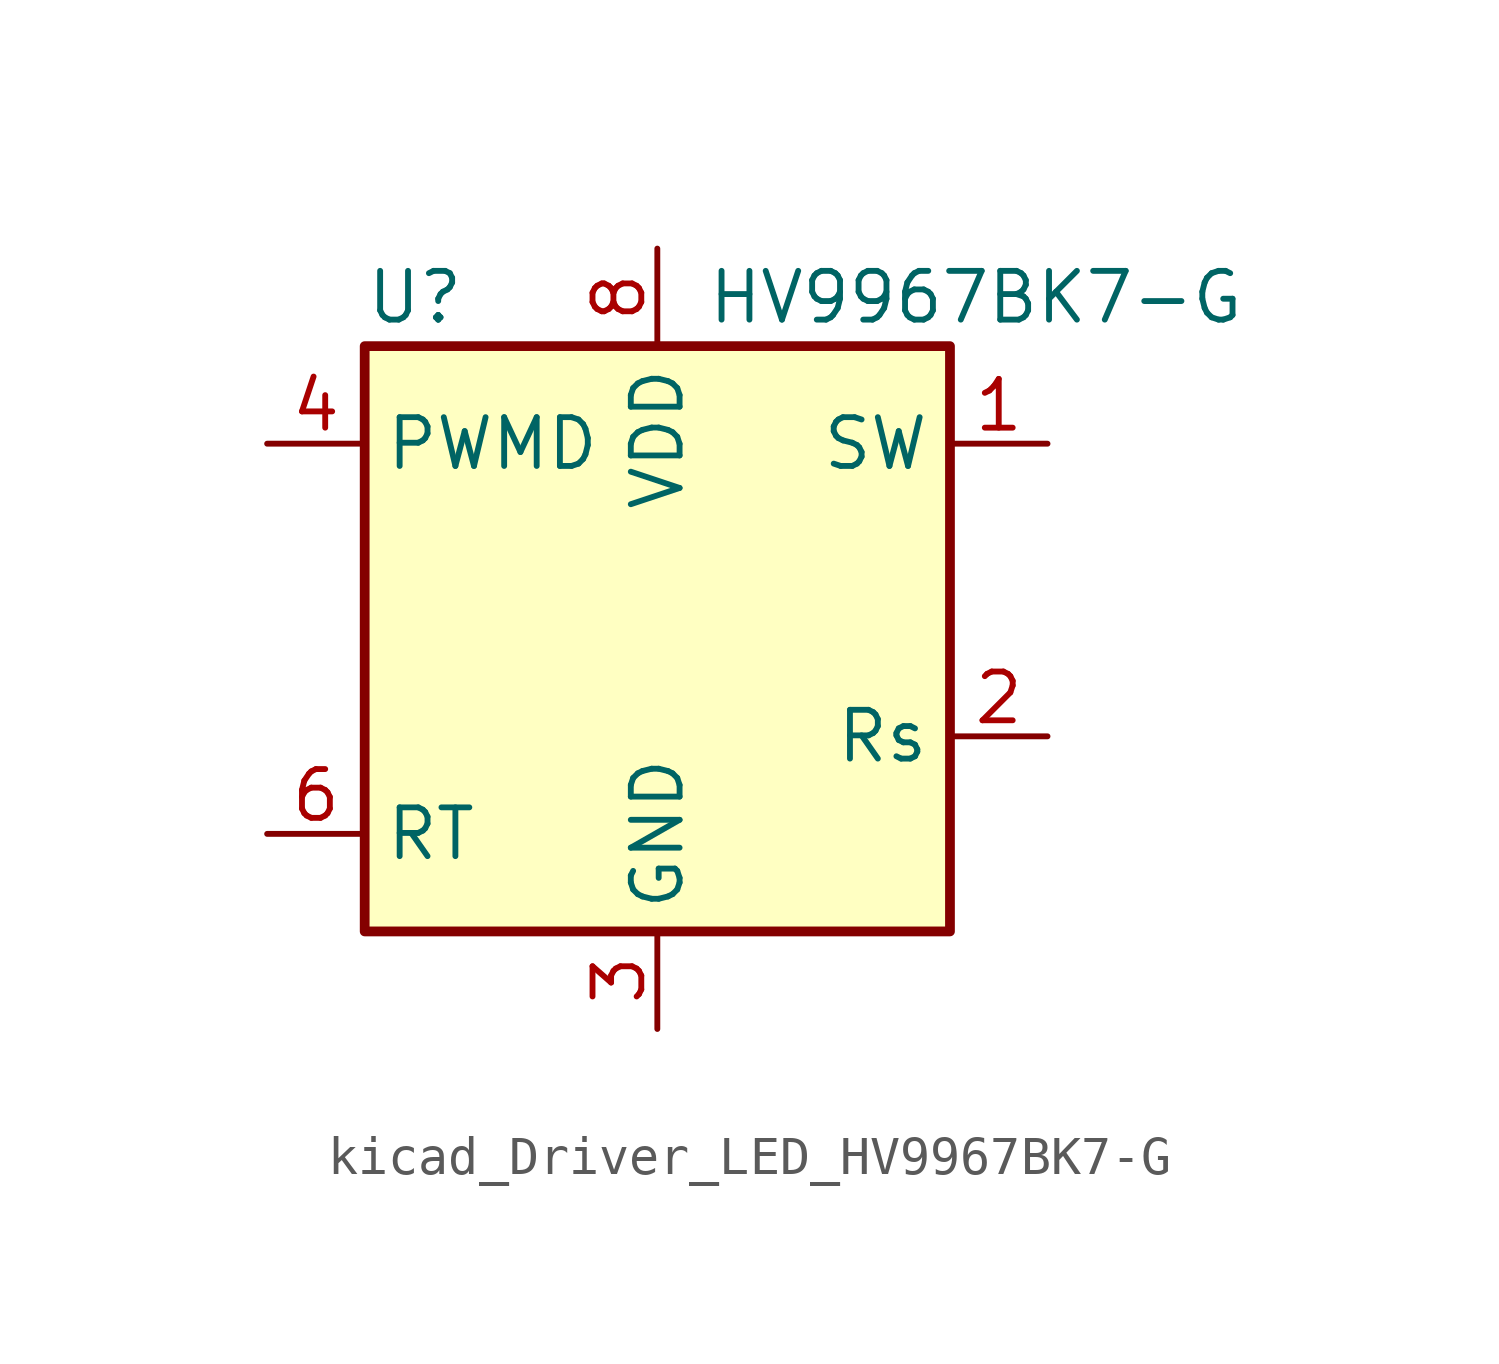
<source format=kicad_sym>
(kicad_symbol_lib
  (version 20220914)
  (generator kicad_symbol_editor)
  (symbol "kicad_Driver_LED_HV9967BK7-G"
    (property "Reference" "U"
      (at -7.62 8.89 0)
      (effects (font (size 1.27 1.27)) (justify left)))
    (property "Value" "HV9967BK7-G"
      (at 1.27 8.89 0)
      (effects (font (size 1.27 1.27)) (justify left)))
    (symbol "kicad_Driver_LED_HV9967BK7-G_0_1"
      (rectangle (start -7.62 7.62) (end 7.62 -7.62) (stroke (width 0.254) (type default)) (fill (type background))))
    (symbol "kicad_Driver_LED_HV9967BK7-G_1_1"
      (pin output line (at 10.16 5.08 180) (length 2.54) (name "SW" (effects (font (size 1.27 1.27)))) (number "1" (effects (font (size 1.27 1.27)))))
      (pin input line (at 10.16 -2.54 180) (length 2.54) (name "Rs" (effects (font (size 1.27 1.27)))) (number "2" (effects (font (size 1.27 1.27)))))
      (pin power_in line (at 0 -10.16 90) (length 2.54) (name "GND" (effects (font (size 1.27 1.27)))) (number "3" (effects (font (size 1.27 1.27)))))
      (pin output line (at -10.16 5.08 0) (length 2.54) (name "PWMD" (effects (font (size 1.27 1.27)))) (number "4" (effects (font (size 1.27 1.27)))))
      (pin input line (at -10.16 -5.08 0) (length 2.54) (name "RT" (effects (font (size 1.27 1.27)))) (number "6" (effects (font (size 1.27 1.27)))))
      (pin passive line (at 0 -10.16 90) (length 2.54) hide (name "GND" (effects (font (size 1.27 1.27)))) (number "7" (effects (font (size 1.27 1.27)))))
      (pin power_out line (at 0 10.16 270) (length 2.54) (name "VDD" (effects (font (size 1.27 1.27)))) (number "8" (effects (font (size 1.27 1.27)))))
      (pin passive line (at 0 -10.16 90) (length 2.54) hide (name "GND" (effects (font (size 1.27 1.27)))) (number "9" (effects (font (size 1.27 1.27))))))))
</source>
